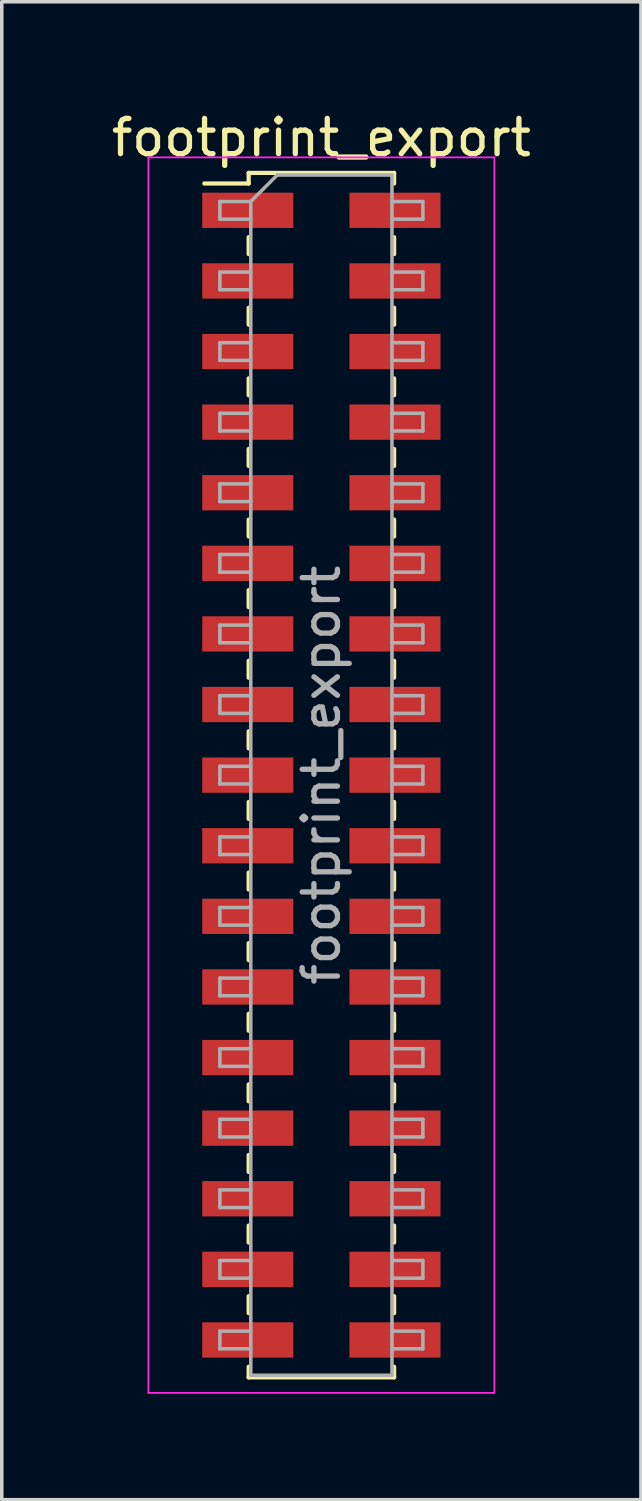
<source format=kicad_pcb>
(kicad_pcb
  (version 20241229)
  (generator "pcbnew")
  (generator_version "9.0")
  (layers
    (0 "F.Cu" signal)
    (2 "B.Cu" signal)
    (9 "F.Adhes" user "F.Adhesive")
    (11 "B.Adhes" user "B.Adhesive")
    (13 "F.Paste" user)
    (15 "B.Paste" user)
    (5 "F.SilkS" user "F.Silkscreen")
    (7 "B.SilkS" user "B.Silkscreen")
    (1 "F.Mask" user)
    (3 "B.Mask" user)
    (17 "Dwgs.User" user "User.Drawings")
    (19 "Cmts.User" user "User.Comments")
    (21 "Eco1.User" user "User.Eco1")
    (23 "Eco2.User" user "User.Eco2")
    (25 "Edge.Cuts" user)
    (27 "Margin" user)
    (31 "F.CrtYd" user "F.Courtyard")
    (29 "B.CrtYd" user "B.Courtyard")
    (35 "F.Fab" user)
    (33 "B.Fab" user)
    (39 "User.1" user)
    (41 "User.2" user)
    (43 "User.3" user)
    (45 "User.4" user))
  (footprint "footprint_export"
    (layer "F.Cu")
    (at 6.054 18.908)
    (property "Reference" "footprint_export" (at 0 -18.06 0) (layer "F.SilkS") (effects (font (size 1 1) (thickness 0.15))))
    (attr smd)
    (fp_line (start -3.315 -16.76) (end -2.06 -16.76) (stroke (width 0.12) (type solid)) (layer "F.SilkS"))
    (fp_line (start -2.06 -17.06) (end -2.06 -16.76) (stroke (width 0.12) (type solid)) (layer "F.SilkS"))
    (fp_line (start -2.06 -17.06) (end 2.06 -17.06) (stroke (width 0.12) (type solid)) (layer "F.SilkS"))
    (fp_line (start -2.06 -15.24) (end -2.06 -14.76) (stroke (width 0.12) (type solid)) (layer "F.SilkS"))
    (fp_line (start -2.06 -13.24) (end -2.06 -12.76) (stroke (width 0.12) (type solid)) (layer "F.SilkS"))
    (fp_line (start -2.06 -11.24) (end -2.06 -10.76) (stroke (width 0.12) (type solid)) (layer "F.SilkS"))
    (fp_line (start -2.06 -9.24) (end -2.06 -8.76) (stroke (width 0.12) (type solid)) (layer "F.SilkS"))
    (fp_line (start -2.06 -7.24) (end -2.06 -6.76) (stroke (width 0.12) (type solid)) (layer "F.SilkS"))
    (fp_line (start -2.06 -5.24) (end -2.06 -4.76) (stroke (width 0.12) (type solid)) (layer "F.SilkS"))
    (fp_line (start -2.06 -3.24) (end -2.06 -2.76) (stroke (width 0.12) (type solid)) (layer "F.SilkS"))
    (fp_line (start -2.06 -1.24) (end -2.06 -0.76) (stroke (width 0.12) (type solid)) (layer "F.SilkS"))
    (fp_line (start -2.06 0.76) (end -2.06 1.24) (stroke (width 0.12) (type solid)) (layer "F.SilkS"))
    (fp_line (start -2.06 2.76) (end -2.06 3.24) (stroke (width 0.12) (type solid)) (layer "F.SilkS"))
    (fp_line (start -2.06 4.76) (end -2.06 5.24) (stroke (width 0.12) (type solid)) (layer "F.SilkS"))
    (fp_line (start -2.06 6.76) (end -2.06 7.24) (stroke (width 0.12) (type solid)) (layer "F.SilkS"))
    (fp_line (start -2.06 8.76) (end -2.06 9.24) (stroke (width 0.12) (type solid)) (layer "F.SilkS"))
    (fp_line (start -2.06 10.76) (end -2.06 11.24) (stroke (width 0.12) (type solid)) (layer "F.SilkS"))
    (fp_line (start -2.06 12.76) (end -2.06 13.24) (stroke (width 0.12) (type solid)) (layer "F.SilkS"))
    (fp_line (start -2.06 14.76) (end -2.06 15.24) (stroke (width 0.12) (type solid)) (layer "F.SilkS"))
    (fp_line (start -2.06 16.76) (end -2.06 17.06) (stroke (width 0.12) (type solid)) (layer "F.SilkS"))
    (fp_line (start -2.06 17.06) (end 2.06 17.06) (stroke (width 0.12) (type solid)) (layer "F.SilkS"))
    (fp_line (start 2.06 -17.06) (end 2.06 -16.76) (stroke (width 0.12) (type solid)) (layer "F.SilkS"))
    (fp_line (start 2.06 -15.24) (end 2.06 -14.76) (stroke (width 0.12) (type solid)) (layer "F.SilkS"))
    (fp_line (start 2.06 -13.24) (end 2.06 -12.76) (stroke (width 0.12) (type solid)) (layer "F.SilkS"))
    (fp_line (start 2.06 -11.24) (end 2.06 -10.76) (stroke (width 0.12) (type solid)) (layer "F.SilkS"))
    (fp_line (start 2.06 -9.24) (end 2.06 -8.76) (stroke (width 0.12) (type solid)) (layer "F.SilkS"))
    (fp_line (start 2.06 -7.24) (end 2.06 -6.76) (stroke (width 0.12) (type solid)) (layer "F.SilkS"))
    (fp_line (start 2.06 -5.24) (end 2.06 -4.76) (stroke (width 0.12) (type solid)) (layer "F.SilkS"))
    (fp_line (start 2.06 -3.24) (end 2.06 -2.76) (stroke (width 0.12) (type solid)) (layer "F.SilkS"))
    (fp_line (start 2.06 -1.24) (end 2.06 -0.76) (stroke (width 0.12) (type solid)) (layer "F.SilkS"))
    (fp_line (start 2.06 0.76) (end 2.06 1.24) (stroke (width 0.12) (type solid)) (layer "F.SilkS"))
    (fp_line (start 2.06 2.76) (end 2.06 3.24) (stroke (width 0.12) (type solid)) (layer "F.SilkS"))
    (fp_line (start 2.06 4.76) (end 2.06 5.24) (stroke (width 0.12) (type solid)) (layer "F.SilkS"))
    (fp_line (start 2.06 6.76) (end 2.06 7.24) (stroke (width 0.12) (type solid)) (layer "F.SilkS"))
    (fp_line (start 2.06 8.76) (end 2.06 9.24) (stroke (width 0.12) (type solid)) (layer "F.SilkS"))
    (fp_line (start 2.06 10.76) (end 2.06 11.24) (stroke (width 0.12) (type solid)) (layer "F.SilkS"))
    (fp_line (start 2.06 12.76) (end 2.06 13.24) (stroke (width 0.12) (type solid)) (layer "F.SilkS"))
    (fp_line (start 2.06 14.76) (end 2.06 15.24) (stroke (width 0.12) (type solid)) (layer "F.SilkS"))
    (fp_line (start 2.06 16.76) (end 2.06 17.06) (stroke (width 0.12) (type solid)) (layer "F.SilkS"))
    (fp_line (start -4.9 -17.5) (end -4.9 17.5) (stroke (width 0.05) (type solid)) (layer "F.CrtYd"))
    (fp_line (start -4.9 17.5) (end 4.9 17.5) (stroke (width 0.05) (type solid)) (layer "F.CrtYd"))
    (fp_line (start 4.9 -17.5) (end -4.9 -17.5) (stroke (width 0.05) (type solid)) (layer "F.CrtYd"))
    (fp_line (start 4.9 17.5) (end 4.9 -17.5) (stroke (width 0.05) (type solid)) (layer "F.CrtYd"))
    (fp_line (start -2.875 -16.25) (end -2.875 -15.75) (stroke (width 0.1) (type solid)) (layer "F.Fab"))
    (fp_line (start -2.875 -15.75) (end -2 -15.75) (stroke (width 0.1) (type solid)) (layer "F.Fab"))
    (fp_line (start -2.875 -14.25) (end -2.875 -13.75) (stroke (width 0.1) (type solid)) (layer "F.Fab"))
    (fp_line (start -2.875 -13.75) (end -2 -13.75) (stroke (width 0.1) (type solid)) (layer "F.Fab"))
    (fp_line (start -2.875 -12.25) (end -2.875 -11.75) (stroke (width 0.1) (type solid)) (layer "F.Fab"))
    (fp_line (start -2.875 -11.75) (end -2 -11.75) (stroke (width 0.1) (type solid)) (layer "F.Fab"))
    (fp_line (start -2.875 -10.25) (end -2.875 -9.75) (stroke (width 0.1) (type solid)) (layer "F.Fab"))
    (fp_line (start -2.875 -9.75) (end -2 -9.75) (stroke (width 0.1) (type solid)) (layer "F.Fab"))
    (fp_line (start -2.875 -8.25) (end -2.875 -7.75) (stroke (width 0.1) (type solid)) (layer "F.Fab"))
    (fp_line (start -2.875 -7.75) (end -2 -7.75) (stroke (width 0.1) (type solid)) (layer "F.Fab"))
    (fp_line (start -2.875 -6.25) (end -2.875 -5.75) (stroke (width 0.1) (type solid)) (layer "F.Fab"))
    (fp_line (start -2.875 -5.75) (end -2 -5.75) (stroke (width 0.1) (type solid)) (layer "F.Fab"))
    (fp_line (start -2.875 -4.25) (end -2.875 -3.75) (stroke (width 0.1) (type solid)) (layer "F.Fab"))
    (fp_line (start -2.875 -3.75) (end -2 -3.75) (stroke (width 0.1) (type solid)) (layer "F.Fab"))
    (fp_line (start -2.875 -2.25) (end -2.875 -1.75) (stroke (width 0.1) (type solid)) (layer "F.Fab"))
    (fp_line (start -2.875 -1.75) (end -2 -1.75) (stroke (width 0.1) (type solid)) (layer "F.Fab"))
    (fp_line (start -2.875 -0.25) (end -2.875 0.25) (stroke (width 0.1) (type solid)) (layer "F.Fab"))
    (fp_line (start -2.875 0.25) (end -2 0.25) (stroke (width 0.1) (type solid)) (layer "F.Fab"))
    (fp_line (start -2.875 1.75) (end -2.875 2.25) (stroke (width 0.1) (type solid)) (layer "F.Fab"))
    (fp_line (start -2.875 2.25) (end -2 2.25) (stroke (width 0.1) (type solid)) (layer "F.Fab"))
    (fp_line (start -2.875 3.75) (end -2.875 4.25) (stroke (width 0.1) (type solid)) (layer "F.Fab"))
    (fp_line (start -2.875 4.25) (end -2 4.25) (stroke (width 0.1) (type solid)) (layer "F.Fab"))
    (fp_line (start -2.875 5.75) (end -2.875 6.25) (stroke (width 0.1) (type solid)) (layer "F.Fab"))
    (fp_line (start -2.875 6.25) (end -2 6.25) (stroke (width 0.1) (type solid)) (layer "F.Fab"))
    (fp_line (start -2.875 7.75) (end -2.875 8.25) (stroke (width 0.1) (type solid)) (layer "F.Fab"))
    (fp_line (start -2.875 8.25) (end -2 8.25) (stroke (width 0.1) (type solid)) (layer "F.Fab"))
    (fp_line (start -2.875 9.75) (end -2.875 10.25) (stroke (width 0.1) (type solid)) (layer "F.Fab"))
    (fp_line (start -2.875 10.25) (end -2 10.25) (stroke (width 0.1) (type solid)) (layer "F.Fab"))
    (fp_line (start -2.875 11.75) (end -2.875 12.25) (stroke (width 0.1) (type solid)) (layer "F.Fab"))
    (fp_line (start -2.875 12.25) (end -2 12.25) (stroke (width 0.1) (type solid)) (layer "F.Fab"))
    (fp_line (start -2.875 13.75) (end -2.875 14.25) (stroke (width 0.1) (type solid)) (layer "F.Fab"))
    (fp_line (start -2.875 14.25) (end -2 14.25) (stroke (width 0.1) (type solid)) (layer "F.Fab"))
    (fp_line (start -2.875 15.75) (end -2.875 16.25) (stroke (width 0.1) (type solid)) (layer "F.Fab"))
    (fp_line (start -2.875 16.25) (end -2 16.25) (stroke (width 0.1) (type solid)) (layer "F.Fab"))
    (fp_line (start -2 -16.25) (end -2.875 -16.25) (stroke (width 0.1) (type solid)) (layer "F.Fab"))
    (fp_line (start -2 -16.25) (end -1.25 -17) (stroke (width 0.1) (type solid)) (layer "F.Fab"))
    (fp_line (start -2 -14.25) (end -2.875 -14.25) (stroke (width 0.1) (type solid)) (layer "F.Fab"))
    (fp_line (start -2 -12.25) (end -2.875 -12.25) (stroke (width 0.1) (type solid)) (layer "F.Fab"))
    (fp_line (start -2 -10.25) (end -2.875 -10.25) (stroke (width 0.1) (type solid)) (layer "F.Fab"))
    (fp_line (start -2 -8.25) (end -2.875 -8.25) (stroke (width 0.1) (type solid)) (layer "F.Fab"))
    (fp_line (start -2 -6.25) (end -2.875 -6.25) (stroke (width 0.1) (type solid)) (layer "F.Fab"))
    (fp_line (start -2 -4.25) (end -2.875 -4.25) (stroke (width 0.1) (type solid)) (layer "F.Fab"))
    (fp_line (start -2 -2.25) (end -2.875 -2.25) (stroke (width 0.1) (type solid)) (layer "F.Fab"))
    (fp_line (start -2 -0.25) (end -2.875 -0.25) (stroke (width 0.1) (type solid)) (layer "F.Fab"))
    (fp_line (start -2 1.75) (end -2.875 1.75) (stroke (width 0.1) (type solid)) (layer "F.Fab"))
    (fp_line (start -2 3.75) (end -2.875 3.75) (stroke (width 0.1) (type solid)) (layer "F.Fab"))
    (fp_line (start -2 5.75) (end -2.875 5.75) (stroke (width 0.1) (type solid)) (layer "F.Fab"))
    (fp_line (start -2 7.75) (end -2.875 7.75) (stroke (width 0.1) (type solid)) (layer "F.Fab"))
    (fp_line (start -2 9.75) (end -2.875 9.75) (stroke (width 0.1) (type solid)) (layer "F.Fab"))
    (fp_line (start -2 11.75) (end -2.875 11.75) (stroke (width 0.1) (type solid)) (layer "F.Fab"))
    (fp_line (start -2 13.75) (end -2.875 13.75) (stroke (width 0.1) (type solid)) (layer "F.Fab"))
    (fp_line (start -2 15.75) (end -2.875 15.75) (stroke (width 0.1) (type solid)) (layer "F.Fab"))
    (fp_line (start -2 17) (end -2 -16.25) (stroke (width 0.1) (type solid)) (layer "F.Fab"))
    (fp_line (start -1.25 -17) (end 2 -17) (stroke (width 0.1) (type solid)) (layer "F.Fab"))
    (fp_line (start 2 -17) (end 2 17) (stroke (width 0.1) (type solid)) (layer "F.Fab"))
    (fp_line (start 2 -16.25) (end 2.875 -16.25) (stroke (width 0.1) (type solid)) (layer "F.Fab"))
    (fp_line (start 2 -14.25) (end 2.875 -14.25) (stroke (width 0.1) (type solid)) (layer "F.Fab"))
    (fp_line (start 2 -12.25) (end 2.875 -12.25) (stroke (width 0.1) (type solid)) (layer "F.Fab"))
    (fp_line (start 2 -10.25) (end 2.875 -10.25) (stroke (width 0.1) (type solid)) (layer "F.Fab"))
    (fp_line (start 2 -8.25) (end 2.875 -8.25) (stroke (width 0.1) (type solid)) (layer "F.Fab"))
    (fp_line (start 2 -6.25) (end 2.875 -6.25) (stroke (width 0.1) (type solid)) (layer "F.Fab"))
    (fp_line (start 2 -4.25) (end 2.875 -4.25) (stroke (width 0.1) (type solid)) (layer "F.Fab"))
    (fp_line (start 2 -2.25) (end 2.875 -2.25) (stroke (width 0.1) (type solid)) (layer "F.Fab"))
    (fp_line (start 2 -0.25) (end 2.875 -0.25) (stroke (width 0.1) (type solid)) (layer "F.Fab"))
    (fp_line (start 2 1.75) (end 2.875 1.75) (stroke (width 0.1) (type solid)) (layer "F.Fab"))
    (fp_line (start 2 3.75) (end 2.875 3.75) (stroke (width 0.1) (type solid)) (layer "F.Fab"))
    (fp_line (start 2 5.75) (end 2.875 5.75) (stroke (width 0.1) (type solid)) (layer "F.Fab"))
    (fp_line (start 2 7.75) (end 2.875 7.75) (stroke (width 0.1) (type solid)) (layer "F.Fab"))
    (fp_line (start 2 9.75) (end 2.875 9.75) (stroke (width 0.1) (type solid)) (layer "F.Fab"))
    (fp_line (start 2 11.75) (end 2.875 11.75) (stroke (width 0.1) (type solid)) (layer "F.Fab"))
    (fp_line (start 2 13.75) (end 2.875 13.75) (stroke (width 0.1) (type solid)) (layer "F.Fab"))
    (fp_line (start 2 15.75) (end 2.875 15.75) (stroke (width 0.1) (type solid)) (layer "F.Fab"))
    (fp_line (start 2 17) (end -2 17) (stroke (width 0.1) (type solid)) (layer "F.Fab"))
    (fp_line (start 2.875 -16.25) (end 2.875 -15.75) (stroke (width 0.1) (type solid)) (layer "F.Fab"))
    (fp_line (start 2.875 -15.75) (end 2 -15.75) (stroke (width 0.1) (type solid)) (layer "F.Fab"))
    (fp_line (start 2.875 -14.25) (end 2.875 -13.75) (stroke (width 0.1) (type solid)) (layer "F.Fab"))
    (fp_line (start 2.875 -13.75) (end 2 -13.75) (stroke (width 0.1) (type solid)) (layer "F.Fab"))
    (fp_line (start 2.875 -12.25) (end 2.875 -11.75) (stroke (width 0.1) (type solid)) (layer "F.Fab"))
    (fp_line (start 2.875 -11.75) (end 2 -11.75) (stroke (width 0.1) (type solid)) (layer "F.Fab"))
    (fp_line (start 2.875 -10.25) (end 2.875 -9.75) (stroke (width 0.1) (type solid)) (layer "F.Fab"))
    (fp_line (start 2.875 -9.75) (end 2 -9.75) (stroke (width 0.1) (type solid)) (layer "F.Fab"))
    (fp_line (start 2.875 -8.25) (end 2.875 -7.75) (stroke (width 0.1) (type solid)) (layer "F.Fab"))
    (fp_line (start 2.875 -7.75) (end 2 -7.75) (stroke (width 0.1) (type solid)) (layer "F.Fab"))
    (fp_line (start 2.875 -6.25) (end 2.875 -5.75) (stroke (width 0.1) (type solid)) (layer "F.Fab"))
    (fp_line (start 2.875 -5.75) (end 2 -5.75) (stroke (width 0.1) (type solid)) (layer "F.Fab"))
    (fp_line (start 2.875 -4.25) (end 2.875 -3.75) (stroke (width 0.1) (type solid)) (layer "F.Fab"))
    (fp_line (start 2.875 -3.75) (end 2 -3.75) (stroke (width 0.1) (type solid)) (layer "F.Fab"))
    (fp_line (start 2.875 -2.25) (end 2.875 -1.75) (stroke (width 0.1) (type solid)) (layer "F.Fab"))
    (fp_line (start 2.875 -1.75) (end 2 -1.75) (stroke (width 0.1) (type solid)) (layer "F.Fab"))
    (fp_line (start 2.875 -0.25) (end 2.875 0.25) (stroke (width 0.1) (type solid)) (layer "F.Fab"))
    (fp_line (start 2.875 0.25) (end 2 0.25) (stroke (width 0.1) (type solid)) (layer "F.Fab"))
    (fp_line (start 2.875 1.75) (end 2.875 2.25) (stroke (width 0.1) (type solid)) (layer "F.Fab"))
    (fp_line (start 2.875 2.25) (end 2 2.25) (stroke (width 0.1) (type solid)) (layer "F.Fab"))
    (fp_line (start 2.875 3.75) (end 2.875 4.25) (stroke (width 0.1) (type solid)) (layer "F.Fab"))
    (fp_line (start 2.875 4.25) (end 2 4.25) (stroke (width 0.1) (type solid)) (layer "F.Fab"))
    (fp_line (start 2.875 5.75) (end 2.875 6.25) (stroke (width 0.1) (type solid)) (layer "F.Fab"))
    (fp_line (start 2.875 6.25) (end 2 6.25) (stroke (width 0.1) (type solid)) (layer "F.Fab"))
    (fp_line (start 2.875 7.75) (end 2.875 8.25) (stroke (width 0.1) (type solid)) (layer "F.Fab"))
    (fp_line (start 2.875 8.25) (end 2 8.25) (stroke (width 0.1) (type solid)) (layer "F.Fab"))
    (fp_line (start 2.875 9.75) (end 2.875 10.25) (stroke (width 0.1) (type solid)) (layer "F.Fab"))
    (fp_line (start 2.875 10.25) (end 2 10.25) (stroke (width 0.1) (type solid)) (layer "F.Fab"))
    (fp_line (start 2.875 11.75) (end 2.875 12.25) (stroke (width 0.1) (type solid)) (layer "F.Fab"))
    (fp_line (start 2.875 12.25) (end 2 12.25) (stroke (width 0.1) (type solid)) (layer "F.Fab"))
    (fp_line (start 2.875 13.75) (end 2.875 14.25) (stroke (width 0.1) (type solid)) (layer "F.Fab"))
    (fp_line (start 2.875 14.25) (end 2 14.25) (stroke (width 0.1) (type solid)) (layer "F.Fab"))
    (fp_line (start 2.875 15.75) (end 2.875 16.25) (stroke (width 0.1) (type solid)) (layer "F.Fab"))
    (fp_line (start 2.875 16.25) (end 2 16.25) (stroke (width 0.1) (type solid)) (layer "F.Fab"))
    (fp_text user "${REFERENCE}" (at 0 0 90) (layer "F.Fab") (effects (font (size 1 1) (thickness 0.15))))
    (pad "1" smd rect (at -2.085 -16) (size 2.58 1) (layers "F.Cu" "F.Mask" "F.Paste"))
    (pad "2" smd rect (at 2.085 -16) (size 2.58 1) (layers "F.Cu" "F.Mask" "F.Paste"))
    (pad "3" smd rect (at -2.085 -14) (size 2.58 1) (layers "F.Cu" "F.Mask" "F.Paste"))
    (pad "4" smd rect (at 2.085 -14) (size 2.58 1) (layers "F.Cu" "F.Mask" "F.Paste"))
    (pad "5" smd rect (at -2.085 -12) (size 2.58 1) (layers "F.Cu" "F.Mask" "F.Paste"))
    (pad "6" smd rect (at 2.085 -12) (size 2.58 1) (layers "F.Cu" "F.Mask" "F.Paste"))
    (pad "7" smd rect (at -2.085 -10) (size 2.58 1) (layers "F.Cu" "F.Mask" "F.Paste"))
    (pad "8" smd rect (at 2.085 -10) (size 2.58 1) (layers "F.Cu" "F.Mask" "F.Paste"))
    (pad "9" smd rect (at -2.085 -8) (size 2.58 1) (layers "F.Cu" "F.Mask" "F.Paste"))
    (pad "10" smd rect (at 2.085 -8) (size 2.58 1) (layers "F.Cu" "F.Mask" "F.Paste"))
    (pad "11" smd rect (at -2.085 -6) (size 2.58 1) (layers "F.Cu" "F.Mask" "F.Paste"))
    (pad "12" smd rect (at 2.085 -6) (size 2.58 1) (layers "F.Cu" "F.Mask" "F.Paste"))
    (pad "13" smd rect (at -2.085 -4) (size 2.58 1) (layers "F.Cu" "F.Mask" "F.Paste"))
    (pad "14" smd rect (at 2.085 -4) (size 2.58 1) (layers "F.Cu" "F.Mask" "F.Paste"))
    (pad "15" smd rect (at -2.085 -2) (size 2.58 1) (layers "F.Cu" "F.Mask" "F.Paste"))
    (pad "16" smd rect (at 2.085 -2) (size 2.58 1) (layers "F.Cu" "F.Mask" "F.Paste"))
    (pad "17" smd rect (at -2.085 0) (size 2.58 1) (layers "F.Cu" "F.Mask" "F.Paste"))
    (pad "18" smd rect (at 2.085 0) (size 2.58 1) (layers "F.Cu" "F.Mask" "F.Paste"))
    (pad "19" smd rect (at -2.085 2) (size 2.58 1) (layers "F.Cu" "F.Mask" "F.Paste"))
    (pad "20" smd rect (at 2.085 2) (size 2.58 1) (layers "F.Cu" "F.Mask" "F.Paste"))
    (pad "21" smd rect (at -2.085 4) (size 2.58 1) (layers "F.Cu" "F.Mask" "F.Paste"))
    (pad "22" smd rect (at 2.085 4) (size 2.58 1) (layers "F.Cu" "F.Mask" "F.Paste"))
    (pad "23" smd rect (at -2.085 6) (size 2.58 1) (layers "F.Cu" "F.Mask" "F.Paste"))
    (pad "24" smd rect (at 2.085 6) (size 2.58 1) (layers "F.Cu" "F.Mask" "F.Paste"))
    (pad "25" smd rect (at -2.085 8) (size 2.58 1) (layers "F.Cu" "F.Mask" "F.Paste"))
    (pad "26" smd rect (at 2.085 8) (size 2.58 1) (layers "F.Cu" "F.Mask" "F.Paste"))
    (pad "27" smd rect (at -2.085 10) (size 2.58 1) (layers "F.Cu" "F.Mask" "F.Paste"))
    (pad "28" smd rect (at 2.085 10) (size 2.58 1) (layers "F.Cu" "F.Mask" "F.Paste"))
    (pad "29" smd rect (at -2.085 12) (size 2.58 1) (layers "F.Cu" "F.Mask" "F.Paste"))
    (pad "30" smd rect (at 2.085 12) (size 2.58 1) (layers "F.Cu" "F.Mask" "F.Paste"))
    (pad "31" smd rect (at -2.085 14) (size 2.58 1) (layers "F.Cu" "F.Mask" "F.Paste"))
    (pad "32" smd rect (at 2.085 14) (size 2.58 1) (layers "F.Cu" "F.Mask" "F.Paste"))
    (pad "33" smd rect (at -2.085 16) (size 2.58 1) (layers "F.Cu" "F.Mask" "F.Paste"))
    (pad "34" smd rect (at 2.085 16) (size 2.58 1) (layers "F.Cu" "F.Mask" "F.Paste")))
  (gr_rect
    (start -3 -3)
    (end 15.107 39.433)
    (stroke (width 0.1) (type default))
    (fill no)
    (layer "Edge.Cuts")))
</source>
